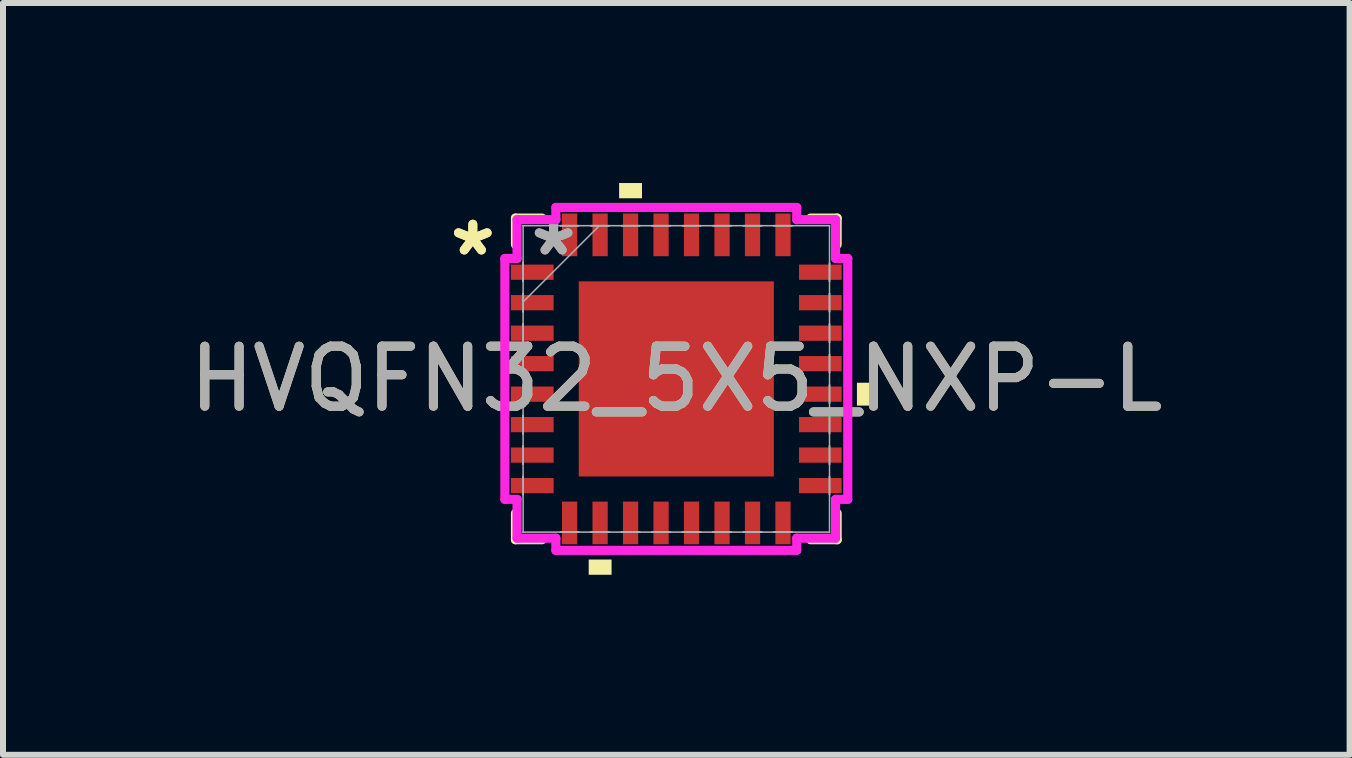
<source format=kicad_pcb>
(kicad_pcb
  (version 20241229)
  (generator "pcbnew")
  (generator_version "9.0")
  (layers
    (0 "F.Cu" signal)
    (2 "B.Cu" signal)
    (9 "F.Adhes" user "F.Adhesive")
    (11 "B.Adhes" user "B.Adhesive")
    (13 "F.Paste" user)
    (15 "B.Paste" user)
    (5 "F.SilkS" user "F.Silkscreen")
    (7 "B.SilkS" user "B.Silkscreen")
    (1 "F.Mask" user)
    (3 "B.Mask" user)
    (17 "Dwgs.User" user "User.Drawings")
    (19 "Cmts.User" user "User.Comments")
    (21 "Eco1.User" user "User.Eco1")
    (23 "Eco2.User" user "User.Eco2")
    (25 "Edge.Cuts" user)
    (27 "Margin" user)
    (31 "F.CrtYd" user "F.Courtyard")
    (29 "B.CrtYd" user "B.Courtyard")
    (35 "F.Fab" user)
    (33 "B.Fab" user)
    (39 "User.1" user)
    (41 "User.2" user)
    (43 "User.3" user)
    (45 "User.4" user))
  (footprint "HVQFN32_5X5_NXP-L"
    (layer "F.Cu")
    (at 8.22 3.264)
    (property "Reference" "HVQFN32_5X5_NXP-L" (at 0 0 0) (unlocked yes) (layer "F.SilkS") (effects (font (size 1 1) (thickness 0.15))))
    (attr smd)
    (fp_line (start -2.68 -2.68) (end -2.68 -2.238) (stroke (width 0.152) (type solid)) (layer "F.SilkS"))
    (fp_line (start -2.68 2.238) (end -2.68 2.68) (stroke (width 0.152) (type solid)) (layer "F.SilkS"))
    (fp_line (start -2.68 2.68) (end -2.238 2.68) (stroke (width 0.152) (type solid)) (layer "F.SilkS"))
    (fp_line (start -2.238 -2.68) (end -2.68 -2.68) (stroke (width 0.152) (type solid)) (layer "F.SilkS"))
    (fp_line (start 2.238 2.68) (end 2.68 2.68) (stroke (width 0.152) (type solid)) (layer "F.SilkS"))
    (fp_line (start 2.68 -2.68) (end 2.238 -2.68) (stroke (width 0.152) (type solid)) (layer "F.SilkS"))
    (fp_line (start 2.68 -2.238) (end 2.68 -2.68) (stroke (width 0.152) (type solid)) (layer "F.SilkS"))
    (fp_line (start 2.68 2.68) (end 2.68 2.238) (stroke (width 0.152) (type solid)) (layer "F.SilkS"))
    (fp_poly (pts (xy -1.46 3.01) (xy -1.46 3.264) (xy -1.079 3.264) (xy -1.079 3.01)) (stroke (width 0) (type solid)) (fill yes) (layer "F.SilkS"))
    (fp_poly (pts (xy -0.953 -3.01) (xy -0.953 -3.264) (xy -0.572 -3.264) (xy -0.572 -3.01)) (stroke (width 0) (type solid)) (fill yes) (layer "F.SilkS"))
    (fp_poly (pts (xy 3.264 0.064) (xy 3.264 0.445) (xy 3.01 0.445) (xy 3.01 0.064)) (stroke (width 0) (type solid)) (fill yes) (layer "F.SilkS"))
    (fp_poly (pts (xy -1.526 -1.526) (xy -1.526 -0.1) (xy -0.1 -0.1) (xy -0.1 -1.526)) (stroke (width 0) (type solid)) (fill yes) (layer "F.Paste"))
    (fp_poly (pts (xy -1.526 0.1) (xy -1.526 1.526) (xy -0.1 1.526) (xy -0.1 0.1)) (stroke (width 0) (type solid)) (fill yes) (layer "F.Paste"))
    (fp_poly (pts (xy 0.1 -1.526) (xy 0.1 -0.1) (xy 1.526 -0.1) (xy 1.526 -1.526)) (stroke (width 0) (type solid)) (fill yes) (layer "F.Paste"))
    (fp_poly (pts (xy 0.1 0.1) (xy 0.1 1.526) (xy 1.526 1.526) (xy 1.526 0.1)) (stroke (width 0) (type solid)) (fill yes) (layer "F.Paste"))
    (fp_line (start -2.857 -2.007) (end -2.654 -2.007) (stroke (width 0.152) (type solid)) (layer "F.CrtYd"))
    (fp_line (start -2.857 2.007) (end -2.857 -2.007) (stroke (width 0.152) (type solid)) (layer "F.CrtYd"))
    (fp_line (start -2.654 -2.654) (end -2.007 -2.654) (stroke (width 0.152) (type solid)) (layer "F.CrtYd"))
    (fp_line (start -2.654 -2.007) (end -2.654 -2.654) (stroke (width 0.152) (type solid)) (layer "F.CrtYd"))
    (fp_line (start -2.654 2.007) (end -2.857 2.007) (stroke (width 0.152) (type solid)) (layer "F.CrtYd"))
    (fp_line (start -2.654 2.654) (end -2.654 2.007) (stroke (width 0.152) (type solid)) (layer "F.CrtYd"))
    (fp_line (start -2.007 -2.857) (end 2.007 -2.857) (stroke (width 0.152) (type solid)) (layer "F.CrtYd"))
    (fp_line (start -2.007 -2.654) (end -2.007 -2.857) (stroke (width 0.152) (type solid)) (layer "F.CrtYd"))
    (fp_line (start -2.007 2.654) (end -2.654 2.654) (stroke (width 0.152) (type solid)) (layer "F.CrtYd"))
    (fp_line (start -2.007 2.857) (end -2.007 2.654) (stroke (width 0.152) (type solid)) (layer "F.CrtYd"))
    (fp_line (start 2.007 -2.857) (end 2.007 -2.654) (stroke (width 0.152) (type solid)) (layer "F.CrtYd"))
    (fp_line (start 2.007 -2.654) (end 2.654 -2.654) (stroke (width 0.152) (type solid)) (layer "F.CrtYd"))
    (fp_line (start 2.007 2.654) (end 2.007 2.857) (stroke (width 0.152) (type solid)) (layer "F.CrtYd"))
    (fp_line (start 2.007 2.857) (end -2.007 2.857) (stroke (width 0.152) (type solid)) (layer "F.CrtYd"))
    (fp_line (start 2.654 -2.654) (end 2.654 -2.007) (stroke (width 0.152) (type solid)) (layer "F.CrtYd"))
    (fp_line (start 2.654 -2.007) (end 2.857 -2.007) (stroke (width 0.152) (type solid)) (layer "F.CrtYd"))
    (fp_line (start 2.654 2.007) (end 2.654 2.654) (stroke (width 0.152) (type solid)) (layer "F.CrtYd"))
    (fp_line (start 2.654 2.654) (end 2.007 2.654) (stroke (width 0.152) (type solid)) (layer "F.CrtYd"))
    (fp_line (start 2.857 -2.007) (end 2.857 2.007) (stroke (width 0.152) (type solid)) (layer "F.CrtYd"))
    (fp_line (start 2.857 2.007) (end 2.654 2.007) (stroke (width 0.152) (type solid)) (layer "F.CrtYd"))
    (fp_line (start -2.553 -2.553) (end -2.553 -2.553) (stroke (width 0.025) (type solid)) (layer "F.Fab"))
    (fp_line (start -2.553 -2.553) (end -2.553 2.553) (stroke (width 0.025) (type solid)) (layer "F.Fab"))
    (fp_line (start -2.553 -1.93) (end -2.553 -1.93) (stroke (width 0.025) (type solid)) (layer "F.Fab"))
    (fp_line (start -2.553 -1.93) (end -2.553 -1.626) (stroke (width 0.025) (type solid)) (layer "F.Fab"))
    (fp_line (start -2.553 -1.626) (end -2.553 -1.93) (stroke (width 0.025) (type solid)) (layer "F.Fab"))
    (fp_line (start -2.553 -1.626) (end -2.553 -1.626) (stroke (width 0.025) (type solid)) (layer "F.Fab"))
    (fp_line (start -2.553 -1.422) (end -2.553 -1.422) (stroke (width 0.025) (type solid)) (layer "F.Fab"))
    (fp_line (start -2.553 -1.422) (end -2.553 -1.118) (stroke (width 0.025) (type solid)) (layer "F.Fab"))
    (fp_line (start -2.553 -1.283) (end -1.283 -2.553) (stroke (width 0.025) (type solid)) (layer "F.Fab"))
    (fp_line (start -2.553 -1.118) (end -2.553 -1.422) (stroke (width 0.025) (type solid)) (layer "F.Fab"))
    (fp_line (start -2.553 -1.118) (end -2.553 -1.118) (stroke (width 0.025) (type solid)) (layer "F.Fab"))
    (fp_line (start -2.553 -0.914) (end -2.553 -0.914) (stroke (width 0.025) (type solid)) (layer "F.Fab"))
    (fp_line (start -2.553 -0.914) (end -2.553 -0.61) (stroke (width 0.025) (type solid)) (layer "F.Fab"))
    (fp_line (start -2.553 -0.61) (end -2.553 -0.914) (stroke (width 0.025) (type solid)) (layer "F.Fab"))
    (fp_line (start -2.553 -0.61) (end -2.553 -0.61) (stroke (width 0.025) (type solid)) (layer "F.Fab"))
    (fp_line (start -2.553 -0.406) (end -2.553 -0.406) (stroke (width 0.025) (type solid)) (layer "F.Fab"))
    (fp_line (start -2.553 -0.406) (end -2.553 -0.102) (stroke (width 0.025) (type solid)) (layer "F.Fab"))
    (fp_line (start -2.553 -0.102) (end -2.553 -0.406) (stroke (width 0.025) (type solid)) (layer "F.Fab"))
    (fp_line (start -2.553 -0.102) (end -2.553 -0.102) (stroke (width 0.025) (type solid)) (layer "F.Fab"))
    (fp_line (start -2.553 0.102) (end -2.553 0.102) (stroke (width 0.025) (type solid)) (layer "F.Fab"))
    (fp_line (start -2.553 0.102) (end -2.553 0.406) (stroke (width 0.025) (type solid)) (layer "F.Fab"))
    (fp_line (start -2.553 0.406) (end -2.553 0.102) (stroke (width 0.025) (type solid)) (layer "F.Fab"))
    (fp_line (start -2.553 0.406) (end -2.553 0.406) (stroke (width 0.025) (type solid)) (layer "F.Fab"))
    (fp_line (start -2.553 0.61) (end -2.553 0.61) (stroke (width 0.025) (type solid)) (layer "F.Fab"))
    (fp_line (start -2.553 0.61) (end -2.553 0.914) (stroke (width 0.025) (type solid)) (layer "F.Fab"))
    (fp_line (start -2.553 0.914) (end -2.553 0.61) (stroke (width 0.025) (type solid)) (layer "F.Fab"))
    (fp_line (start -2.553 0.914) (end -2.553 0.914) (stroke (width 0.025) (type solid)) (layer "F.Fab"))
    (fp_line (start -2.553 1.118) (end -2.553 1.118) (stroke (width 0.025) (type solid)) (layer "F.Fab"))
    (fp_line (start -2.553 1.118) (end -2.553 1.422) (stroke (width 0.025) (type solid)) (layer "F.Fab"))
    (fp_line (start -2.553 1.422) (end -2.553 1.118) (stroke (width 0.025) (type solid)) (layer "F.Fab"))
    (fp_line (start -2.553 1.422) (end -2.553 1.422) (stroke (width 0.025) (type solid)) (layer "F.Fab"))
    (fp_line (start -2.553 1.626) (end -2.553 1.626) (stroke (width 0.025) (type solid)) (layer "F.Fab"))
    (fp_line (start -2.553 1.626) (end -2.553 1.93) (stroke (width 0.025) (type solid)) (layer "F.Fab"))
    (fp_line (start -2.553 1.93) (end -2.553 1.626) (stroke (width 0.025) (type solid)) (layer "F.Fab"))
    (fp_line (start -2.553 1.93) (end -2.553 1.93) (stroke (width 0.025) (type solid)) (layer "F.Fab"))
    (fp_line (start -2.553 2.553) (end -2.553 2.553) (stroke (width 0.025) (type solid)) (layer "F.Fab"))
    (fp_line (start -2.553 2.553) (end 2.553 2.553) (stroke (width 0.025) (type solid)) (layer "F.Fab"))
    (fp_line (start -1.93 -2.553) (end -1.93 -2.553) (stroke (width 0.025) (type solid)) (layer "F.Fab"))
    (fp_line (start -1.93 -2.553) (end -1.626 -2.553) (stroke (width 0.025) (type solid)) (layer "F.Fab"))
    (fp_line (start -1.93 2.553) (end -1.93 2.553) (stroke (width 0.025) (type solid)) (layer "F.Fab"))
    (fp_line (start -1.93 2.553) (end -1.626 2.553) (stroke (width 0.025) (type solid)) (layer "F.Fab"))
    (fp_line (start -1.626 -2.553) (end -1.93 -2.553) (stroke (width 0.025) (type solid)) (layer "F.Fab"))
    (fp_line (start -1.626 -2.553) (end -1.626 -2.553) (stroke (width 0.025) (type solid)) (layer "F.Fab"))
    (fp_line (start -1.626 2.553) (end -1.93 2.553) (stroke (width 0.025) (type solid)) (layer "F.Fab"))
    (fp_line (start -1.626 2.553) (end -1.626 2.553) (stroke (width 0.025) (type solid)) (layer "F.Fab"))
    (fp_line (start -1.422 -2.553) (end -1.422 -2.553) (stroke (width 0.025) (type solid)) (layer "F.Fab"))
    (fp_line (start -1.422 -2.553) (end -1.118 -2.553) (stroke (width 0.025) (type solid)) (layer "F.Fab"))
    (fp_line (start -1.422 2.553) (end -1.422 2.553) (stroke (width 0.025) (type solid)) (layer "F.Fab"))
    (fp_line (start -1.422 2.553) (end -1.118 2.553) (stroke (width 0.025) (type solid)) (layer "F.Fab"))
    (fp_line (start -1.118 -2.553) (end -1.422 -2.553) (stroke (width 0.025) (type solid)) (layer "F.Fab"))
    (fp_line (start -1.118 -2.553) (end -1.118 -2.553) (stroke (width 0.025) (type solid)) (layer "F.Fab"))
    (fp_line (start -1.118 2.553) (end -1.422 2.553) (stroke (width 0.025) (type solid)) (layer "F.Fab"))
    (fp_line (start -1.118 2.553) (end -1.118 2.553) (stroke (width 0.025) (type solid)) (layer "F.Fab"))
    (fp_line (start -0.914 -2.553) (end -0.914 -2.553) (stroke (width 0.025) (type solid)) (layer "F.Fab"))
    (fp_line (start -0.914 -2.553) (end -0.61 -2.553) (stroke (width 0.025) (type solid)) (layer "F.Fab"))
    (fp_line (start -0.914 2.553) (end -0.914 2.553) (stroke (width 0.025) (type solid)) (layer "F.Fab"))
    (fp_line (start -0.914 2.553) (end -0.61 2.553) (stroke (width 0.025) (type solid)) (layer "F.Fab"))
    (fp_line (start -0.61 -2.553) (end -0.914 -2.553) (stroke (width 0.025) (type solid)) (layer "F.Fab"))
    (fp_line (start -0.61 -2.553) (end -0.61 -2.553) (stroke (width 0.025) (type solid)) (layer "F.Fab"))
    (fp_line (start -0.61 2.553) (end -0.914 2.553) (stroke (width 0.025) (type solid)) (layer "F.Fab"))
    (fp_line (start -0.61 2.553) (end -0.61 2.553) (stroke (width 0.025) (type solid)) (layer "F.Fab"))
    (fp_line (start -0.406 -2.553) (end -0.406 -2.553) (stroke (width 0.025) (type solid)) (layer "F.Fab"))
    (fp_line (start -0.406 -2.553) (end -0.102 -2.553) (stroke (width 0.025) (type solid)) (layer "F.Fab"))
    (fp_line (start -0.406 2.553) (end -0.406 2.553) (stroke (width 0.025) (type solid)) (layer "F.Fab"))
    (fp_line (start -0.406 2.553) (end -0.102 2.553) (stroke (width 0.025) (type solid)) (layer "F.Fab"))
    (fp_line (start -0.102 -2.553) (end -0.406 -2.553) (stroke (width 0.025) (type solid)) (layer "F.Fab"))
    (fp_line (start -0.102 -2.553) (end -0.102 -2.553) (stroke (width 0.025) (type solid)) (layer "F.Fab"))
    (fp_line (start -0.102 2.553) (end -0.406 2.553) (stroke (width 0.025) (type solid)) (layer "F.Fab"))
    (fp_line (start -0.102 2.553) (end -0.102 2.553) (stroke (width 0.025) (type solid)) (layer "F.Fab"))
    (fp_line (start 0.102 -2.553) (end 0.102 -2.553) (stroke (width 0.025) (type solid)) (layer "F.Fab"))
    (fp_line (start 0.102 -2.553) (end 0.406 -2.553) (stroke (width 0.025) (type solid)) (layer "F.Fab"))
    (fp_line (start 0.102 2.553) (end 0.102 2.553) (stroke (width 0.025) (type solid)) (layer "F.Fab"))
    (fp_line (start 0.102 2.553) (end 0.406 2.553) (stroke (width 0.025) (type solid)) (layer "F.Fab"))
    (fp_line (start 0.406 -2.553) (end 0.102 -2.553) (stroke (width 0.025) (type solid)) (layer "F.Fab"))
    (fp_line (start 0.406 -2.553) (end 0.406 -2.553) (stroke (width 0.025) (type solid)) (layer "F.Fab"))
    (fp_line (start 0.406 2.553) (end 0.102 2.553) (stroke (width 0.025) (type solid)) (layer "F.Fab"))
    (fp_line (start 0.406 2.553) (end 0.406 2.553) (stroke (width 0.025) (type solid)) (layer "F.Fab"))
    (fp_line (start 0.61 -2.553) (end 0.61 -2.553) (stroke (width 0.025) (type solid)) (layer "F.Fab"))
    (fp_line (start 0.61 -2.553) (end 0.914 -2.553) (stroke (width 0.025) (type solid)) (layer "F.Fab"))
    (fp_line (start 0.61 2.553) (end 0.61 2.553) (stroke (width 0.025) (type solid)) (layer "F.Fab"))
    (fp_line (start 0.61 2.553) (end 0.914 2.553) (stroke (width 0.025) (type solid)) (layer "F.Fab"))
    (fp_line (start 0.914 -2.553) (end 0.61 -2.553) (stroke (width 0.025) (type solid)) (layer "F.Fab"))
    (fp_line (start 0.914 -2.553) (end 0.914 -2.553) (stroke (width 0.025) (type solid)) (layer "F.Fab"))
    (fp_line (start 0.914 2.553) (end 0.61 2.553) (stroke (width 0.025) (type solid)) (layer "F.Fab"))
    (fp_line (start 0.914 2.553) (end 0.914 2.553) (stroke (width 0.025) (type solid)) (layer "F.Fab"))
    (fp_line (start 1.118 -2.553) (end 1.118 -2.553) (stroke (width 0.025) (type solid)) (layer "F.Fab"))
    (fp_line (start 1.118 -2.553) (end 1.422 -2.553) (stroke (width 0.025) (type solid)) (layer "F.Fab"))
    (fp_line (start 1.118 2.553) (end 1.118 2.553) (stroke (width 0.025) (type solid)) (layer "F.Fab"))
    (fp_line (start 1.118 2.553) (end 1.422 2.553) (stroke (width 0.025) (type solid)) (layer "F.Fab"))
    (fp_line (start 1.422 -2.553) (end 1.118 -2.553) (stroke (width 0.025) (type solid)) (layer "F.Fab"))
    (fp_line (start 1.422 -2.553) (end 1.422 -2.553) (stroke (width 0.025) (type solid)) (layer "F.Fab"))
    (fp_line (start 1.422 2.553) (end 1.118 2.553) (stroke (width 0.025) (type solid)) (layer "F.Fab"))
    (fp_line (start 1.422 2.553) (end 1.422 2.553) (stroke (width 0.025) (type solid)) (layer "F.Fab"))
    (fp_line (start 1.626 -2.553) (end 1.626 -2.553) (stroke (width 0.025) (type solid)) (layer "F.Fab"))
    (fp_line (start 1.626 -2.553) (end 1.93 -2.553) (stroke (width 0.025) (type solid)) (layer "F.Fab"))
    (fp_line (start 1.626 2.553) (end 1.626 2.553) (stroke (width 0.025) (type solid)) (layer "F.Fab"))
    (fp_line (start 1.626 2.553) (end 1.93 2.553) (stroke (width 0.025) (type solid)) (layer "F.Fab"))
    (fp_line (start 1.93 -2.553) (end 1.626 -2.553) (stroke (width 0.025) (type solid)) (layer "F.Fab"))
    (fp_line (start 1.93 -2.553) (end 1.93 -2.553) (stroke (width 0.025) (type solid)) (layer "F.Fab"))
    (fp_line (start 1.93 2.553) (end 1.626 2.553) (stroke (width 0.025) (type solid)) (layer "F.Fab"))
    (fp_line (start 1.93 2.553) (end 1.93 2.553) (stroke (width 0.025) (type solid)) (layer "F.Fab"))
    (fp_line (start 2.553 -2.553) (end -2.553 -2.553) (stroke (width 0.025) (type solid)) (layer "F.Fab"))
    (fp_line (start 2.553 -2.553) (end 2.553 -2.553) (stroke (width 0.025) (type solid)) (layer "F.Fab"))
    (fp_line (start 2.553 -1.93) (end 2.553 -1.93) (stroke (width 0.025) (type solid)) (layer "F.Fab"))
    (fp_line (start 2.553 -1.93) (end 2.553 -1.626) (stroke (width 0.025) (type solid)) (layer "F.Fab"))
    (fp_line (start 2.553 -1.626) (end 2.553 -1.93) (stroke (width 0.025) (type solid)) (layer "F.Fab"))
    (fp_line (start 2.553 -1.626) (end 2.553 -1.626) (stroke (width 0.025) (type solid)) (layer "F.Fab"))
    (fp_line (start 2.553 -1.422) (end 2.553 -1.422) (stroke (width 0.025) (type solid)) (layer "F.Fab"))
    (fp_line (start 2.553 -1.422) (end 2.553 -1.118) (stroke (width 0.025) (type solid)) (layer "F.Fab"))
    (fp_line (start 2.553 -1.118) (end 2.553 -1.422) (stroke (width 0.025) (type solid)) (layer "F.Fab"))
    (fp_line (start 2.553 -1.118) (end 2.553 -1.118) (stroke (width 0.025) (type solid)) (layer "F.Fab"))
    (fp_line (start 2.553 -0.914) (end 2.553 -0.914) (stroke (width 0.025) (type solid)) (layer "F.Fab"))
    (fp_line (start 2.553 -0.914) (end 2.553 -0.61) (stroke (width 0.025) (type solid)) (layer "F.Fab"))
    (fp_line (start 2.553 -0.61) (end 2.553 -0.914) (stroke (width 0.025) (type solid)) (layer "F.Fab"))
    (fp_line (start 2.553 -0.61) (end 2.553 -0.61) (stroke (width 0.025) (type solid)) (layer "F.Fab"))
    (fp_line (start 2.553 -0.406) (end 2.553 -0.406) (stroke (width 0.025) (type solid)) (layer "F.Fab"))
    (fp_line (start 2.553 -0.406) (end 2.553 -0.102) (stroke (width 0.025) (type solid)) (layer "F.Fab"))
    (fp_line (start 2.553 -0.102) (end 2.553 -0.406) (stroke (width 0.025) (type solid)) (layer "F.Fab"))
    (fp_line (start 2.553 -0.102) (end 2.553 -0.102) (stroke (width 0.025) (type solid)) (layer "F.Fab"))
    (fp_line (start 2.553 0.102) (end 2.553 0.102) (stroke (width 0.025) (type solid)) (layer "F.Fab"))
    (fp_line (start 2.553 0.102) (end 2.553 0.406) (stroke (width 0.025) (type solid)) (layer "F.Fab"))
    (fp_line (start 2.553 0.406) (end 2.553 0.102) (stroke (width 0.025) (type solid)) (layer "F.Fab"))
    (fp_line (start 2.553 0.406) (end 2.553 0.406) (stroke (width 0.025) (type solid)) (layer "F.Fab"))
    (fp_line (start 2.553 0.61) (end 2.553 0.61) (stroke (width 0.025) (type solid)) (layer "F.Fab"))
    (fp_line (start 2.553 0.61) (end 2.553 0.914) (stroke (width 0.025) (type solid)) (layer "F.Fab"))
    (fp_line (start 2.553 0.914) (end 2.553 0.61) (stroke (width 0.025) (type solid)) (layer "F.Fab"))
    (fp_line (start 2.553 0.914) (end 2.553 0.914) (stroke (width 0.025) (type solid)) (layer "F.Fab"))
    (fp_line (start 2.553 1.118) (end 2.553 1.118) (stroke (width 0.025) (type solid)) (layer "F.Fab"))
    (fp_line (start 2.553 1.118) (end 2.553 1.422) (stroke (width 0.025) (type solid)) (layer "F.Fab"))
    (fp_line (start 2.553 1.422) (end 2.553 1.118) (stroke (width 0.025) (type solid)) (layer "F.Fab"))
    (fp_line (start 2.553 1.422) (end 2.553 1.422) (stroke (width 0.025) (type solid)) (layer "F.Fab"))
    (fp_line (start 2.553 1.626) (end 2.553 1.626) (stroke (width 0.025) (type solid)) (layer "F.Fab"))
    (fp_line (start 2.553 1.626) (end 2.553 1.93) (stroke (width 0.025) (type solid)) (layer "F.Fab"))
    (fp_line (start 2.553 1.93) (end 2.553 1.626) (stroke (width 0.025) (type solid)) (layer "F.Fab"))
    (fp_line (start 2.553 1.93) (end 2.553 1.93) (stroke (width 0.025) (type solid)) (layer "F.Fab"))
    (fp_line (start 2.553 2.553) (end 2.553 -2.553) (stroke (width 0.025) (type solid)) (layer "F.Fab"))
    (fp_line (start 2.553 2.553) (end 2.553 2.553) (stroke (width 0.025) (type solid)) (layer "F.Fab"))
    (fp_text user "*" (at -3.391 -2.032 0) (unlocked yes) (layer "F.SilkS") (effects (font (size 1 1) (thickness 0.15))))
    (fp_text user "*" (at -3.391 -2.032 0) (layer "F.SilkS") (effects (font (size 1 1) (thickness 0.15))))
    (fp_text user "*" (at -2.045 -2.032 0) (unlocked yes) (layer "F.Fab") (effects (font (size 1 1) (thickness 0.15))))
    (fp_text user "*" (at -2.045 -2.032 0) (layer "F.Fab") (effects (font (size 1 1) (thickness 0.15))))
    (fp_text user "${REFERENCE}" (at 0 0 0) (unlocked yes) (layer "F.Fab") (effects (font (size 1 1) (thickness 0.15))))
    (pad "1" smd rect (at -2.4 -1.778 90) (size 0.254 0.711) (layers "F.Cu" "F.Mask" "F.Paste"))
    (pad "2" smd rect (at -2.4 -1.27 90) (size 0.254 0.711) (layers "F.Cu" "F.Mask" "F.Paste"))
    (pad "3" smd rect (at -2.4 -0.762 90) (size 0.254 0.711) (layers "F.Cu" "F.Mask" "F.Paste"))
    (pad "4" smd rect (at -2.4 -0.254 90) (size 0.254 0.711) (layers "F.Cu" "F.Mask" "F.Paste"))
    (pad "5" smd rect (at -2.4 0.254 90) (size 0.254 0.711) (layers "F.Cu" "F.Mask" "F.Paste"))
    (pad "6" smd rect (at -2.4 0.762 90) (size 0.254 0.711) (layers "F.Cu" "F.Mask" "F.Paste"))
    (pad "7" smd rect (at -2.4 1.27 90) (size 0.254 0.711) (layers "F.Cu" "F.Mask" "F.Paste"))
    (pad "8" smd rect (at -2.4 1.778 90) (size 0.254 0.711) (layers "F.Cu" "F.Mask" "F.Paste"))
    (pad "9" smd rect (at -1.778 2.4) (size 0.254 0.711) (layers "F.Cu" "F.Mask" "F.Paste"))
    (pad "10" smd rect (at -1.27 2.4) (size 0.254 0.711) (layers "F.Cu" "F.Mask" "F.Paste"))
    (pad "11" smd rect (at -0.762 2.4) (size 0.254 0.711) (layers "F.Cu" "F.Mask" "F.Paste"))
    (pad "12" smd rect (at -0.254 2.4) (size 0.254 0.711) (layers "F.Cu" "F.Mask" "F.Paste"))
    (pad "13" smd rect (at 0.254 2.4) (size 0.254 0.711) (layers "F.Cu" "F.Mask" "F.Paste"))
    (pad "14" smd rect (at 0.762 2.4) (size 0.254 0.711) (layers "F.Cu" "F.Mask" "F.Paste"))
    (pad "15" smd rect (at 1.27 2.4) (size 0.254 0.711) (layers "F.Cu" "F.Mask" "F.Paste"))
    (pad "16" smd rect (at 1.778 2.4) (size 0.254 0.711) (layers "F.Cu" "F.Mask" "F.Paste"))
    (pad "17" smd rect (at 2.4 1.778 90) (size 0.254 0.711) (layers "F.Cu" "F.Mask" "F.Paste"))
    (pad "18" smd rect (at 2.4 1.27 90) (size 0.254 0.711) (layers "F.Cu" "F.Mask" "F.Paste"))
    (pad "19" smd rect (at 2.4 0.762 90) (size 0.254 0.711) (layers "F.Cu" "F.Mask" "F.Paste"))
    (pad "20" smd rect (at 2.4 0.254 90) (size 0.254 0.711) (layers "F.Cu" "F.Mask" "F.Paste"))
    (pad "21" smd rect (at 2.4 -0.254 90) (size 0.254 0.711) (layers "F.Cu" "F.Mask" "F.Paste"))
    (pad "22" smd rect (at 2.4 -0.762 90) (size 0.254 0.711) (layers "F.Cu" "F.Mask" "F.Paste"))
    (pad "23" smd rect (at 2.4 -1.27 90) (size 0.254 0.711) (layers "F.Cu" "F.Mask" "F.Paste"))
    (pad "24" smd rect (at 2.4 -1.778 90) (size 0.254 0.711) (layers "F.Cu" "F.Mask" "F.Paste"))
    (pad "25" smd rect (at 1.778 -2.4) (size 0.254 0.711) (layers "F.Cu" "F.Mask" "F.Paste"))
    (pad "26" smd rect (at 1.27 -2.4) (size 0.254 0.711) (layers "F.Cu" "F.Mask" "F.Paste"))
    (pad "27" smd rect (at 0.762 -2.4) (size 0.254 0.711) (layers "F.Cu" "F.Mask" "F.Paste"))
    (pad "28" smd rect (at 0.254 -2.4) (size 0.254 0.711) (layers "F.Cu" "F.Mask" "F.Paste"))
    (pad "29" smd rect (at -0.254 -2.4) (size 0.254 0.711) (layers "F.Cu" "F.Mask" "F.Paste"))
    (pad "30" smd rect (at -0.762 -2.4) (size 0.254 0.711) (layers "F.Cu" "F.Mask" "F.Paste"))
    (pad "31" smd rect (at -1.27 -2.4) (size 0.254 0.711) (layers "F.Cu" "F.Mask" "F.Paste"))
    (pad "32" smd rect (at -1.778 -2.4) (size 0.254 0.711) (layers "F.Cu" "F.Mask" "F.Paste"))
    (pad "33" smd rect (at 0 0) (size 3.251 3.251) (layers "F.Cu" "F.Mask" "F.Paste")))
  (gr_rect
    (start -3 -3)
    (end 19.44 9.528)
    (stroke (width 0.1) (type default))
    (fill no)
    (layer "Edge.Cuts")))
</source>
